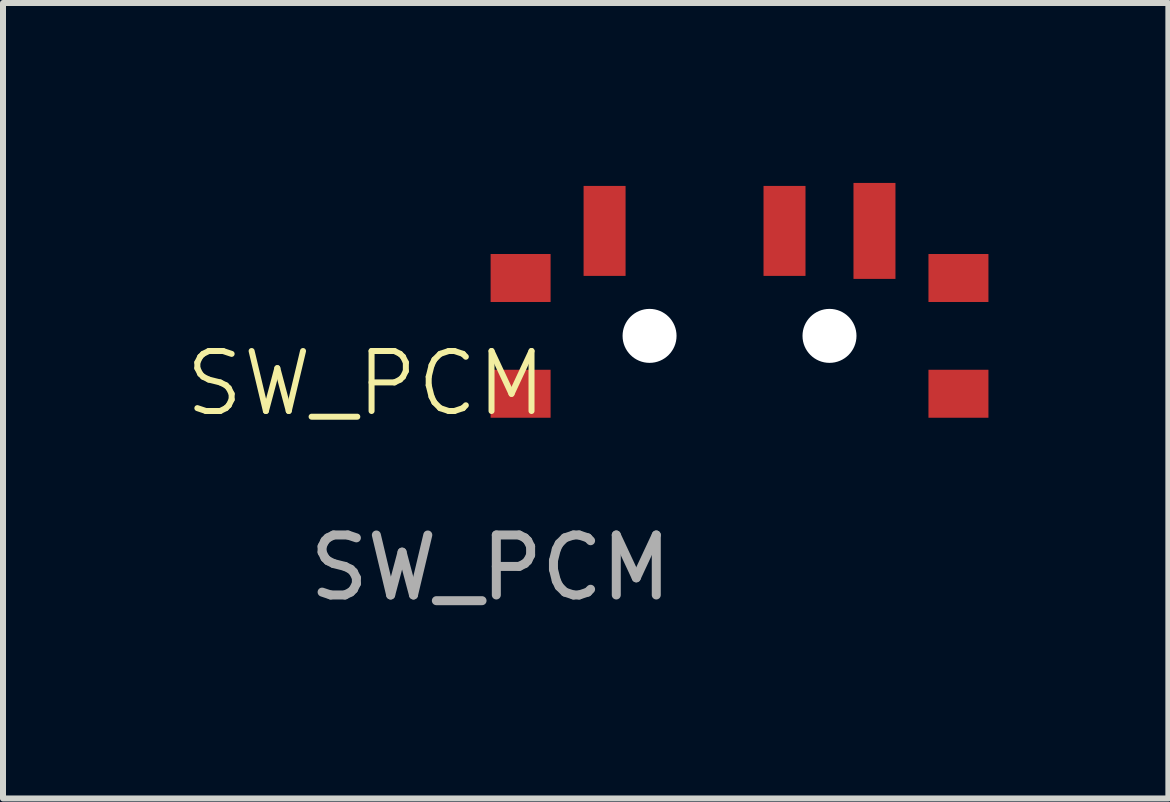
<source format=kicad_pcb>
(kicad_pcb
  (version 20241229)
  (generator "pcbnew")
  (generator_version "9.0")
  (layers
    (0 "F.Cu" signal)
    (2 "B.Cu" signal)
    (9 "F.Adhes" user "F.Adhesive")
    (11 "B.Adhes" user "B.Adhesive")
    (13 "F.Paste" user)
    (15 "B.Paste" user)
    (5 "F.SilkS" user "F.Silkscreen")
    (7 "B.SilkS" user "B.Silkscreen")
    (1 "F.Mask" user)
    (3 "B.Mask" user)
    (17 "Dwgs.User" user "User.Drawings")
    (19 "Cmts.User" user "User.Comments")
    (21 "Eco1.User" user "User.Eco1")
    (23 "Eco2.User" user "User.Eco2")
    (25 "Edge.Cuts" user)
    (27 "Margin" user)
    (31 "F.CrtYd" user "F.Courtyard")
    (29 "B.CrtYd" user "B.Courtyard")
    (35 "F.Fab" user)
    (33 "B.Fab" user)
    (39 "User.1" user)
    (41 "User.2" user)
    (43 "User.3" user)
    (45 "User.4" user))
  (footprint "SW_PCM"
    (layer "F.Cu")
    (at 5.13 3.915)
    (property "Reference" "SW_PCM" (at -2.08 -0.57 0) (unlocked yes) (layer "F.SilkS") (effects (font (size 1 1) (thickness 0.1))))
    (attr smd)
    (fp_text user "${REFERENCE}" (at 0 2.5 0) (unlocked yes) (layer "F.Fab") (effects (font (size 1 1) (thickness 0.15))))
    (pad "" np_thru_hole circle (at 2.65 -1.365) (size 0.9 0.9) (drill 0.9) (layers "*.Cu" "*.Mask"))
    (pad "" np_thru_hole circle (at 5.65 -1.365) (size 0.9 0.9) (drill 0.9) (layers "*.Cu" "*.Mask"))
    (pad "1" smd rect (at 6.4 -3.115) (size 0.7 1.6) (layers "F.Cu" "F.Mask" "F.Paste"))
    (pad "2" smd rect (at 4.9 -3.115) (size 0.7 1.5) (layers "F.Cu" "F.Mask" "F.Paste"))
    (pad "3" smd rect (at 1.9 -3.115) (size 0.7 1.5) (layers "F.Cu" "F.Mask" "F.Paste"))
    (pad "4" smd rect (at 0.5 -2.33) (size 1 0.8) (property pad_prop_heatsink) (layers "F.Cu" "F.Mask" "F.Paste"))
    (pad "4" smd rect (at 0.5 -0.4) (size 1 0.8) (property pad_prop_heatsink) (layers "F.Cu" "F.Mask" "F.Paste"))
    (pad "4" smd rect (at 7.8 -2.33) (size 1 0.8) (property pad_prop_heatsink) (layers "F.Cu" "F.Mask" "F.Paste"))
    (pad "4" smd rect (at 7.8 -0.4) (size 1 0.8) (property pad_prop_heatsink) (layers "F.Cu" "F.Mask" "F.Paste")))
  (gr_rect
    (start -3 -3)
    (end 16.43 10.263)
    (stroke (width 0.1) (type default))
    (fill no)
    (layer "Edge.Cuts")))
</source>
